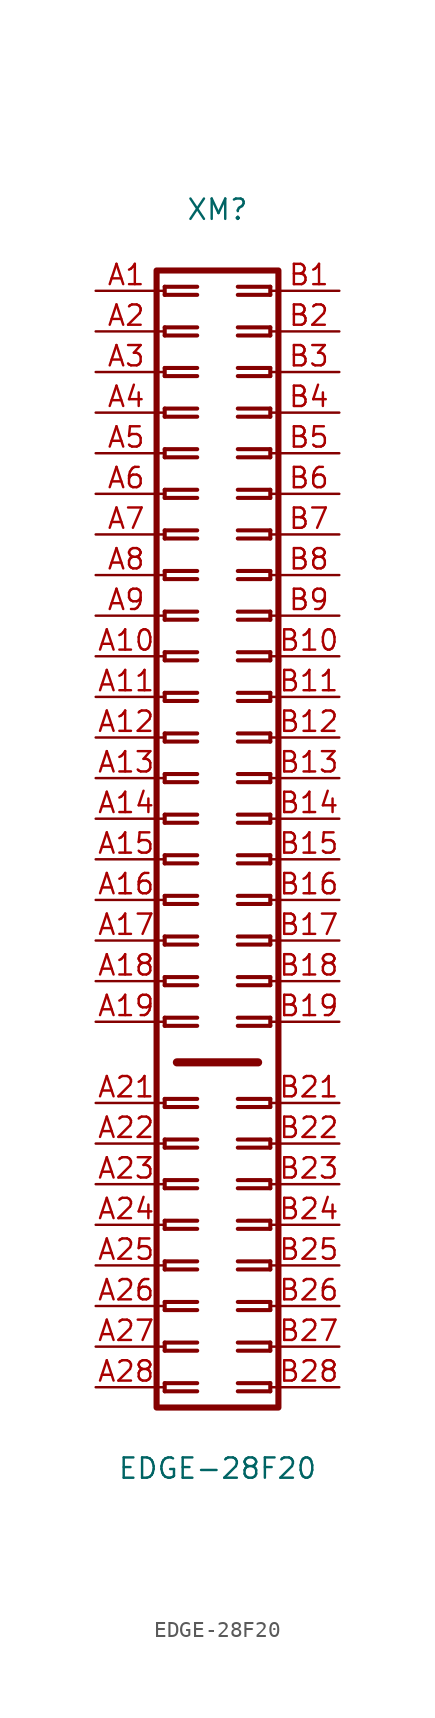
<source format=kicad_sym>
(kicad_symbol_lib
  (version 20231120)
  (generator "kicad_symbol_editor")
  (generator_version "8.0")
  (symbol "EDGE-28F20"
    (pin_names
      (offset 1.016))
    (property "Reference" "XM"
      (at 0 39.37 0)
      (effects (font (size 1.27 1.27))))
    (property "Value" "EDGE-28F20"
      (at 0 -39.37 0)
      (effects (font (size 1.27 1.27))))
    (symbol "EDGE-28F20_0_0"
      (polyline (pts (xy -2.54 -13.97) (xy 2.54 -13.97)) (stroke (width 0.508) (type default)) (fill (type none))))
    (symbol "EDGE-28F20_0_1"
      (rectangle (start -3.81 35.56) (end 3.81 -35.56) (stroke (width 0.381) (type default)) (fill (type none)))
      (polyline (pts (xy -3.81 -34.29) (xy -3.302 -34.29)) (stroke (width 0) (type default)) (fill (type none)))
      (polyline (pts (xy -3.81 -31.75) (xy -3.302 -31.75)) (stroke (width 0) (type default)) (fill (type none)))
      (polyline (pts (xy -3.81 -29.21) (xy -3.302 -29.21)) (stroke (width 0) (type default)) (fill (type none)))
      (polyline (pts (xy -3.81 -26.67) (xy -3.302 -26.67)) (stroke (width 0) (type default)) (fill (type none)))
      (polyline (pts (xy -3.81 -24.13) (xy -3.302 -24.13)) (stroke (width 0) (type default)) (fill (type none)))
      (polyline (pts (xy -3.81 -21.59) (xy -3.302 -21.59)) (stroke (width 0) (type default)) (fill (type none)))
      (polyline (pts (xy -3.81 -19.05) (xy -3.302 -19.05)) (stroke (width 0) (type default)) (fill (type none)))
      (polyline (pts (xy -3.81 -16.51) (xy -3.302 -16.51)) (stroke (width 0) (type default)) (fill (type none)))
      (polyline (pts (xy -3.81 -11.43) (xy -3.302 -11.43)) (stroke (width 0) (type default)) (fill (type none)))
      (polyline (pts (xy -3.81 -8.89) (xy -3.302 -8.89)) (stroke (width 0) (type default)) (fill (type none)))
      (polyline (pts (xy -3.81 -6.35) (xy -3.302 -6.35)) (stroke (width 0) (type default)) (fill (type none)))
      (polyline (pts (xy -3.81 -3.81) (xy -3.302 -3.81)) (stroke (width 0) (type default)) (fill (type none)))
      (polyline (pts (xy -3.81 -1.27) (xy -3.302 -1.27)) (stroke (width 0) (type default)) (fill (type none)))
      (polyline (pts (xy -3.81 1.27) (xy -3.302 1.27)) (stroke (width 0) (type default)) (fill (type none)))
      (polyline (pts (xy -3.81 3.81) (xy -3.302 3.81)) (stroke (width 0) (type default)) (fill (type none)))
      (polyline (pts (xy -3.81 6.35) (xy -3.302 6.35)) (stroke (width 0) (type default)) (fill (type none)))
      (polyline (pts (xy -3.81 8.89) (xy -3.302 8.89)) (stroke (width 0) (type default)) (fill (type none)))
      (polyline (pts (xy -3.81 11.43) (xy -3.302 11.43)) (stroke (width 0) (type default)) (fill (type none)))
      (polyline (pts (xy -3.81 13.97) (xy -3.302 13.97)) (stroke (width 0) (type default)) (fill (type none)))
      (polyline (pts (xy -3.81 16.51) (xy -3.302 16.51)) (stroke (width 0) (type default)) (fill (type none)))
      (polyline (pts (xy -3.81 19.05) (xy -3.302 19.05)) (stroke (width 0) (type default)) (fill (type none)))
      (polyline (pts (xy -3.81 21.59) (xy -3.302 21.59)) (stroke (width 0) (type default)) (fill (type none)))
      (polyline (pts (xy -3.81 24.13) (xy -3.302 24.13)) (stroke (width 0) (type default)) (fill (type none)))
      (polyline (pts (xy -3.81 26.67) (xy -3.302 26.67)) (stroke (width 0) (type default)) (fill (type none)))
      (polyline (pts (xy -3.81 29.21) (xy -3.302 29.21)) (stroke (width 0) (type default)) (fill (type none)))
      (polyline (pts (xy -3.81 31.75) (xy -3.302 31.75)) (stroke (width 0) (type default)) (fill (type none)))
      (polyline (pts (xy -3.81 34.29) (xy -3.302 34.29)) (stroke (width 0) (type default)) (fill (type none)))
      (polyline (pts (xy -3.302 -34.544) (xy -3.302 -34.036)) (stroke (width 0.254) (type default)) (fill (type none)))
      (polyline (pts (xy -3.302 -34.544) (xy -1.27 -34.544)) (stroke (width 0.254) (type default)) (fill (type none)))
      (polyline (pts (xy -3.302 -34.036) (xy -1.27 -34.036)) (stroke (width 0.254) (type default)) (fill (type none)))
      (polyline (pts (xy -3.302 -32.004) (xy -3.302 -31.496)) (stroke (width 0.254) (type default)) (fill (type none)))
      (polyline (pts (xy -3.302 -32.004) (xy -1.27 -32.004)) (stroke (width 0.254) (type default)) (fill (type none)))
      (polyline (pts (xy -3.302 -31.496) (xy -1.27 -31.496)) (stroke (width 0.254) (type default)) (fill (type none)))
      (polyline (pts (xy -3.302 -29.464) (xy -3.302 -28.956)) (stroke (width 0.254) (type default)) (fill (type none)))
      (polyline (pts (xy -3.302 -29.464) (xy -1.27 -29.464)) (stroke (width 0.254) (type default)) (fill (type none)))
      (polyline (pts (xy -3.302 -28.956) (xy -1.27 -28.956)) (stroke (width 0.254) (type default)) (fill (type none)))
      (polyline (pts (xy -3.302 -26.924) (xy -3.302 -26.416)) (stroke (width 0.254) (type default)) (fill (type none)))
      (polyline (pts (xy -3.302 -26.924) (xy -1.27 -26.924)) (stroke (width 0.254) (type default)) (fill (type none)))
      (polyline (pts (xy -3.302 -26.416) (xy -1.27 -26.416)) (stroke (width 0.254) (type default)) (fill (type none)))
      (polyline (pts (xy -3.302 -24.384) (xy -3.302 -23.876)) (stroke (width 0.254) (type default)) (fill (type none)))
      (polyline (pts (xy -3.302 -24.384) (xy -1.27 -24.384)) (stroke (width 0.254) (type default)) (fill (type none)))
      (polyline (pts (xy -3.302 -23.876) (xy -1.27 -23.876)) (stroke (width 0.254) (type default)) (fill (type none)))
      (polyline (pts (xy -3.302 -21.844) (xy -3.302 -21.336)) (stroke (width 0.254) (type default)) (fill (type none)))
      (polyline (pts (xy -3.302 -21.844) (xy -1.27 -21.844)) (stroke (width 0.254) (type default)) (fill (type none)))
      (polyline (pts (xy -3.302 -21.336) (xy -1.27 -21.336)) (stroke (width 0.254) (type default)) (fill (type none)))
      (polyline (pts (xy -3.302 -19.304) (xy -3.302 -18.796)) (stroke (width 0.254) (type default)) (fill (type none)))
      (polyline (pts (xy -3.302 -19.304) (xy -1.27 -19.304)) (stroke (width 0.254) (type default)) (fill (type none)))
      (polyline (pts (xy -3.302 -18.796) (xy -1.27 -18.796)) (stroke (width 0.254) (type default)) (fill (type none)))
      (polyline (pts (xy -3.302 -16.764) (xy -3.302 -16.256)) (stroke (width 0.254) (type default)) (fill (type none)))
      (polyline (pts (xy -3.302 -16.764) (xy -1.27 -16.764)) (stroke (width 0.254) (type default)) (fill (type none)))
      (polyline (pts (xy -3.302 -16.256) (xy -1.27 -16.256)) (stroke (width 0.254) (type default)) (fill (type none)))
      (polyline (pts (xy -3.302 -11.684) (xy -3.302 -11.176)) (stroke (width 0.254) (type default)) (fill (type none)))
      (polyline (pts (xy -3.302 -11.684) (xy -1.27 -11.684)) (stroke (width 0.254) (type default)) (fill (type none)))
      (polyline (pts (xy -3.302 -11.176) (xy -1.27 -11.176)) (stroke (width 0.254) (type default)) (fill (type none)))
      (polyline (pts (xy -3.302 -9.144) (xy -3.302 -8.636)) (stroke (width 0.254) (type default)) (fill (type none)))
      (polyline (pts (xy -3.302 -9.144) (xy -1.27 -9.144)) (stroke (width 0.254) (type default)) (fill (type none)))
      (polyline (pts (xy -3.302 -8.636) (xy -1.27 -8.636)) (stroke (width 0.254) (type default)) (fill (type none)))
      (polyline (pts (xy -3.302 -6.604) (xy -3.302 -6.096)) (stroke (width 0.254) (type default)) (fill (type none)))
      (polyline (pts (xy -3.302 -6.604) (xy -1.27 -6.604)) (stroke (width 0.254) (type default)) (fill (type none)))
      (polyline (pts (xy -3.302 -6.096) (xy -1.27 -6.096)) (stroke (width 0.254) (type default)) (fill (type none)))
      (polyline (pts (xy -3.302 -4.064) (xy -3.302 -3.556)) (stroke (width 0.254) (type default)) (fill (type none)))
      (polyline (pts (xy -3.302 -4.064) (xy -1.27 -4.064)) (stroke (width 0.254) (type default)) (fill (type none)))
      (polyline (pts (xy -3.302 -3.556) (xy -1.27 -3.556)) (stroke (width 0.254) (type default)) (fill (type none)))
      (polyline (pts (xy -3.302 -1.524) (xy -3.302 -1.016)) (stroke (width 0.254) (type default)) (fill (type none)))
      (polyline (pts (xy -3.302 -1.524) (xy -1.27 -1.524)) (stroke (width 0.254) (type default)) (fill (type none)))
      (polyline (pts (xy -3.302 -1.016) (xy -1.27 -1.016)) (stroke (width 0.254) (type default)) (fill (type none)))
      (polyline (pts (xy -3.302 1.016) (xy -3.302 1.524)) (stroke (width 0.254) (type default)) (fill (type none)))
      (polyline (pts (xy -3.302 1.016) (xy -1.27 1.016)) (stroke (width 0.254) (type default)) (fill (type none)))
      (polyline (pts (xy -3.302 1.524) (xy -1.27 1.524)) (stroke (width 0.254) (type default)) (fill (type none)))
      (polyline (pts (xy -3.302 3.556) (xy -3.302 4.064)) (stroke (width 0.254) (type default)) (fill (type none)))
      (polyline (pts (xy -3.302 3.556) (xy -1.27 3.556)) (stroke (width 0.254) (type default)) (fill (type none)))
      (polyline (pts (xy -3.302 4.064) (xy -1.27 4.064)) (stroke (width 0.254) (type default)) (fill (type none)))
      (polyline (pts (xy -3.302 6.096) (xy -3.302 6.604)) (stroke (width 0.254) (type default)) (fill (type none)))
      (polyline (pts (xy -3.302 6.096) (xy -1.27 6.096)) (stroke (width 0.254) (type default)) (fill (type none)))
      (polyline (pts (xy -3.302 6.604) (xy -1.27 6.604)) (stroke (width 0.254) (type default)) (fill (type none)))
      (polyline (pts (xy -3.302 8.636) (xy -3.302 9.144)) (stroke (width 0.254) (type default)) (fill (type none)))
      (polyline (pts (xy -3.302 8.636) (xy -1.27 8.636)) (stroke (width 0.254) (type default)) (fill (type none)))
      (polyline (pts (xy -3.302 9.144) (xy -1.27 9.144)) (stroke (width 0.254) (type default)) (fill (type none)))
      (polyline (pts (xy -3.302 11.176) (xy -3.302 11.684)) (stroke (width 0.254) (type default)) (fill (type none)))
      (polyline (pts (xy -3.302 11.176) (xy -1.27 11.176)) (stroke (width 0.254) (type default)) (fill (type none)))
      (polyline (pts (xy -3.302 11.684) (xy -1.27 11.684)) (stroke (width 0.254) (type default)) (fill (type none)))
      (polyline (pts (xy -3.302 13.716) (xy -3.302 14.224)) (stroke (width 0.254) (type default)) (fill (type none)))
      (polyline (pts (xy -3.302 13.716) (xy -1.27 13.716)) (stroke (width 0.254) (type default)) (fill (type none)))
      (polyline (pts (xy -3.302 14.224) (xy -1.27 14.224)) (stroke (width 0.254) (type default)) (fill (type none)))
      (polyline (pts (xy -3.302 16.256) (xy -3.302 16.764)) (stroke (width 0.254) (type default)) (fill (type none)))
      (polyline (pts (xy -3.302 16.256) (xy -1.27 16.256)) (stroke (width 0.254) (type default)) (fill (type none)))
      (polyline (pts (xy -3.302 16.764) (xy -1.27 16.764)) (stroke (width 0.254) (type default)) (fill (type none)))
      (polyline (pts (xy -3.302 18.796) (xy -3.302 19.304)) (stroke (width 0.254) (type default)) (fill (type none)))
      (polyline (pts (xy -3.302 18.796) (xy -1.27 18.796)) (stroke (width 0.254) (type default)) (fill (type none)))
      (polyline (pts (xy -3.302 19.304) (xy -1.27 19.304)) (stroke (width 0.254) (type default)) (fill (type none)))
      (polyline (pts (xy -3.302 21.336) (xy -3.302 21.844)) (stroke (width 0.254) (type default)) (fill (type none)))
      (polyline (pts (xy -3.302 21.336) (xy -1.27 21.336)) (stroke (width 0.254) (type default)) (fill (type none)))
      (polyline (pts (xy -3.302 21.844) (xy -1.27 21.844)) (stroke (width 0.254) (type default)) (fill (type none)))
      (polyline (pts (xy -3.302 23.876) (xy -3.302 24.384)) (stroke (width 0.254) (type default)) (fill (type none)))
      (polyline (pts (xy -3.302 23.876) (xy -1.27 23.876)) (stroke (width 0.254) (type default)) (fill (type none)))
      (polyline (pts (xy -3.302 24.384) (xy -1.27 24.384)) (stroke (width 0.254) (type default)) (fill (type none)))
      (polyline (pts (xy -3.302 26.416) (xy -3.302 26.924)) (stroke (width 0.254) (type default)) (fill (type none)))
      (polyline (pts (xy -3.302 26.416) (xy -1.27 26.416)) (stroke (width 0.254) (type default)) (fill (type none)))
      (polyline (pts (xy -3.302 26.924) (xy -1.27 26.924)) (stroke (width 0.254) (type default)) (fill (type none)))
      (polyline (pts (xy -3.302 28.956) (xy -3.302 29.464)) (stroke (width 0.254) (type default)) (fill (type none)))
      (polyline (pts (xy -3.302 28.956) (xy -1.27 28.956)) (stroke (width 0.254) (type default)) (fill (type none)))
      (polyline (pts (xy -3.302 29.464) (xy -1.27 29.464)) (stroke (width 0.254) (type default)) (fill (type none)))
      (polyline (pts (xy -3.302 31.496) (xy -3.302 32.004)) (stroke (width 0.254) (type default)) (fill (type none)))
      (polyline (pts (xy -3.302 31.496) (xy -1.27 31.496)) (stroke (width 0.254) (type default)) (fill (type none)))
      (polyline (pts (xy -3.302 32.004) (xy -1.27 32.004)) (stroke (width 0.254) (type default)) (fill (type none)))
      (polyline (pts (xy -3.302 34.036) (xy -3.302 34.544)) (stroke (width 0.254) (type default)) (fill (type none)))
      (polyline (pts (xy -3.302 34.036) (xy -1.27 34.036)) (stroke (width 0.254) (type default)) (fill (type none)))
      (polyline (pts (xy -3.302 34.544) (xy -1.27 34.544)) (stroke (width 0.254) (type default)) (fill (type none)))
      (polyline (pts (xy 3.302 -34.544) (xy 1.27 -34.544)) (stroke (width 0.254) (type default)) (fill (type none)))
      (polyline (pts (xy 3.302 -34.544) (xy 3.302 -34.036)) (stroke (width 0.254) (type default)) (fill (type none)))
      (polyline (pts (xy 3.302 -34.036) (xy 1.27 -34.036)) (stroke (width 0.254) (type default)) (fill (type none)))
      (polyline (pts (xy 3.302 -32.004) (xy 1.27 -32.004)) (stroke (width 0.254) (type default)) (fill (type none)))
      (polyline (pts (xy 3.302 -32.004) (xy 3.302 -31.496)) (stroke (width 0.254) (type default)) (fill (type none)))
      (polyline (pts (xy 3.302 -31.496) (xy 1.27 -31.496)) (stroke (width 0.254) (type default)) (fill (type none)))
      (polyline (pts (xy 3.302 -29.464) (xy 1.27 -29.464)) (stroke (width 0.254) (type default)) (fill (type none)))
      (polyline (pts (xy 3.302 -29.464) (xy 3.302 -28.956)) (stroke (width 0.254) (type default)) (fill (type none)))
      (polyline (pts (xy 3.302 -28.956) (xy 1.27 -28.956)) (stroke (width 0.254) (type default)) (fill (type none)))
      (polyline (pts (xy 3.302 -26.924) (xy 1.27 -26.924)) (stroke (width 0.254) (type default)) (fill (type none)))
      (polyline (pts (xy 3.302 -26.924) (xy 3.302 -26.416)) (stroke (width 0.254) (type default)) (fill (type none)))
      (polyline (pts (xy 3.302 -26.416) (xy 1.27 -26.416)) (stroke (width 0.254) (type default)) (fill (type none)))
      (polyline (pts (xy 3.302 -24.384) (xy 1.27 -24.384)) (stroke (width 0.254) (type default)) (fill (type none)))
      (polyline (pts (xy 3.302 -24.384) (xy 3.302 -23.876)) (stroke (width 0.254) (type default)) (fill (type none)))
      (polyline (pts (xy 3.302 -23.876) (xy 1.27 -23.876)) (stroke (width 0.254) (type default)) (fill (type none)))
      (polyline (pts (xy 3.302 -21.844) (xy 1.27 -21.844)) (stroke (width 0.254) (type default)) (fill (type none)))
      (polyline (pts (xy 3.302 -21.844) (xy 3.302 -21.336)) (stroke (width 0.254) (type default)) (fill (type none)))
      (polyline (pts (xy 3.302 -21.336) (xy 1.27 -21.336)) (stroke (width 0.254) (type default)) (fill (type none)))
      (polyline (pts (xy 3.302 -19.304) (xy 1.27 -19.304)) (stroke (width 0.254) (type default)) (fill (type none)))
      (polyline (pts (xy 3.302 -19.304) (xy 3.302 -18.796)) (stroke (width 0.254) (type default)) (fill (type none)))
      (polyline (pts (xy 3.302 -18.796) (xy 1.27 -18.796)) (stroke (width 0.254) (type default)) (fill (type none)))
      (polyline (pts (xy 3.302 -16.764) (xy 1.27 -16.764)) (stroke (width 0.254) (type default)) (fill (type none)))
      (polyline (pts (xy 3.302 -16.764) (xy 3.302 -16.256)) (stroke (width 0.254) (type default)) (fill (type none)))
      (polyline (pts (xy 3.302 -16.256) (xy 1.27 -16.256)) (stroke (width 0.254) (type default)) (fill (type none)))
      (polyline (pts (xy 3.302 -11.684) (xy 1.27 -11.684)) (stroke (width 0.254) (type default)) (fill (type none)))
      (polyline (pts (xy 3.302 -11.684) (xy 3.302 -11.176)) (stroke (width 0.254) (type default)) (fill (type none)))
      (polyline (pts (xy 3.302 -11.176) (xy 1.27 -11.176)) (stroke (width 0.254) (type default)) (fill (type none)))
      (polyline (pts (xy 3.302 -9.144) (xy 1.27 -9.144)) (stroke (width 0.254) (type default)) (fill (type none)))
      (polyline (pts (xy 3.302 -9.144) (xy 3.302 -8.636)) (stroke (width 0.254) (type default)) (fill (type none)))
      (polyline (pts (xy 3.302 -8.636) (xy 1.27 -8.636)) (stroke (width 0.254) (type default)) (fill (type none)))
      (polyline (pts (xy 3.302 -6.604) (xy 1.27 -6.604)) (stroke (width 0.254) (type default)) (fill (type none)))
      (polyline (pts (xy 3.302 -6.604) (xy 3.302 -6.096)) (stroke (width 0.254) (type default)) (fill (type none)))
      (polyline (pts (xy 3.302 -6.096) (xy 1.27 -6.096)) (stroke (width 0.254) (type default)) (fill (type none)))
      (polyline (pts (xy 3.302 -4.064) (xy 1.27 -4.064)) (stroke (width 0.254) (type default)) (fill (type none)))
      (polyline (pts (xy 3.302 -4.064) (xy 3.302 -3.556)) (stroke (width 0.254) (type default)) (fill (type none)))
      (polyline (pts (xy 3.302 -3.556) (xy 1.27 -3.556)) (stroke (width 0.254) (type default)) (fill (type none)))
      (polyline (pts (xy 3.302 -1.524) (xy 1.27 -1.524)) (stroke (width 0.254) (type default)) (fill (type none)))
      (polyline (pts (xy 3.302 -1.524) (xy 3.302 -1.016)) (stroke (width 0.254) (type default)) (fill (type none)))
      (polyline (pts (xy 3.302 -1.016) (xy 1.27 -1.016)) (stroke (width 0.254) (type default)) (fill (type none)))
      (polyline (pts (xy 3.302 1.016) (xy 1.27 1.016)) (stroke (width 0.254) (type default)) (fill (type none)))
      (polyline (pts (xy 3.302 1.016) (xy 3.302 1.524)) (stroke (width 0.254) (type default)) (fill (type none)))
      (polyline (pts (xy 3.302 1.524) (xy 1.27 1.524)) (stroke (width 0.254) (type default)) (fill (type none)))
      (polyline (pts (xy 3.302 3.556) (xy 1.27 3.556)) (stroke (width 0.254) (type default)) (fill (type none)))
      (polyline (pts (xy 3.302 3.556) (xy 3.302 4.064)) (stroke (width 0.254) (type default)) (fill (type none)))
      (polyline (pts (xy 3.302 4.064) (xy 1.27 4.064)) (stroke (width 0.254) (type default)) (fill (type none)))
      (polyline (pts (xy 3.302 6.096) (xy 1.27 6.096)) (stroke (width 0.254) (type default)) (fill (type none)))
      (polyline (pts (xy 3.302 6.096) (xy 3.302 6.604)) (stroke (width 0.254) (type default)) (fill (type none)))
      (polyline (pts (xy 3.302 6.604) (xy 1.27 6.604)) (stroke (width 0.254) (type default)) (fill (type none)))
      (polyline (pts (xy 3.302 8.636) (xy 1.27 8.636)) (stroke (width 0.254) (type default)) (fill (type none)))
      (polyline (pts (xy 3.302 8.636) (xy 3.302 9.144)) (stroke (width 0.254) (type default)) (fill (type none)))
      (polyline (pts (xy 3.302 9.144) (xy 1.27 9.144)) (stroke (width 0.254) (type default)) (fill (type none)))
      (polyline (pts (xy 3.302 11.176) (xy 1.27 11.176)) (stroke (width 0.254) (type default)) (fill (type none)))
      (polyline (pts (xy 3.302 11.176) (xy 3.302 11.684)) (stroke (width 0.254) (type default)) (fill (type none)))
      (polyline (pts (xy 3.302 11.684) (xy 1.27 11.684)) (stroke (width 0.254) (type default)) (fill (type none)))
      (polyline (pts (xy 3.302 13.716) (xy 1.27 13.716)) (stroke (width 0.254) (type default)) (fill (type none)))
      (polyline (pts (xy 3.302 13.716) (xy 3.302 14.224)) (stroke (width 0.254) (type default)) (fill (type none)))
      (polyline (pts (xy 3.302 14.224) (xy 1.27 14.224)) (stroke (width 0.254) (type default)) (fill (type none)))
      (polyline (pts (xy 3.302 16.256) (xy 1.27 16.256)) (stroke (width 0.254) (type default)) (fill (type none)))
      (polyline (pts (xy 3.302 16.256) (xy 3.302 16.764)) (stroke (width 0.254) (type default)) (fill (type none)))
      (polyline (pts (xy 3.302 16.764) (xy 1.27 16.764)) (stroke (width 0.254) (type default)) (fill (type none)))
      (polyline (pts (xy 3.302 18.796) (xy 1.27 18.796)) (stroke (width 0.254) (type default)) (fill (type none)))
      (polyline (pts (xy 3.302 18.796) (xy 3.302 19.304)) (stroke (width 0.254) (type default)) (fill (type none)))
      (polyline (pts (xy 3.302 19.304) (xy 1.27 19.304)) (stroke (width 0.254) (type default)) (fill (type none)))
      (polyline (pts (xy 3.302 21.336) (xy 1.27 21.336)) (stroke (width 0.254) (type default)) (fill (type none)))
      (polyline (pts (xy 3.302 21.336) (xy 3.302 21.844)) (stroke (width 0.254) (type default)) (fill (type none)))
      (polyline (pts (xy 3.302 21.844) (xy 1.27 21.844)) (stroke (width 0.254) (type default)) (fill (type none)))
      (polyline (pts (xy 3.302 23.876) (xy 1.27 23.876)) (stroke (width 0.254) (type default)) (fill (type none)))
      (polyline (pts (xy 3.302 23.876) (xy 3.302 24.384)) (stroke (width 0.254) (type default)) (fill (type none)))
      (polyline (pts (xy 3.302 24.384) (xy 1.27 24.384)) (stroke (width 0.254) (type default)) (fill (type none)))
      (polyline (pts (xy 3.302 26.416) (xy 1.27 26.416)) (stroke (width 0.254) (type default)) (fill (type none)))
      (polyline (pts (xy 3.302 26.416) (xy 3.302 26.924)) (stroke (width 0.254) (type default)) (fill (type none)))
      (polyline (pts (xy 3.302 26.924) (xy 1.27 26.924)) (stroke (width 0.254) (type default)) (fill (type none)))
      (polyline (pts (xy 3.302 28.956) (xy 1.27 28.956)) (stroke (width 0.254) (type default)) (fill (type none)))
      (polyline (pts (xy 3.302 28.956) (xy 3.302 29.464)) (stroke (width 0.254) (type default)) (fill (type none)))
      (polyline (pts (xy 3.302 29.464) (xy 1.27 29.464)) (stroke (width 0.254) (type default)) (fill (type none)))
      (polyline (pts (xy 3.302 31.496) (xy 1.27 31.496)) (stroke (width 0.254) (type default)) (fill (type none)))
      (polyline (pts (xy 3.302 31.496) (xy 3.302 32.004)) (stroke (width 0.254) (type default)) (fill (type none)))
      (polyline (pts (xy 3.302 32.004) (xy 1.27 32.004)) (stroke (width 0.254) (type default)) (fill (type none)))
      (polyline (pts (xy 3.302 34.036) (xy 1.27 34.036)) (stroke (width 0.254) (type default)) (fill (type none)))
      (polyline (pts (xy 3.302 34.036) (xy 3.302 34.544)) (stroke (width 0.254) (type default)) (fill (type none)))
      (polyline (pts (xy 3.302 34.544) (xy 1.27 34.544)) (stroke (width 0.254) (type default)) (fill (type none)))
      (polyline (pts (xy 3.81 -34.29) (xy 3.302 -34.29)) (stroke (width 0) (type default)) (fill (type none)))
      (polyline (pts (xy 3.81 -31.75) (xy 3.302 -31.75)) (stroke (width 0) (type default)) (fill (type none)))
      (polyline (pts (xy 3.81 -29.21) (xy 3.302 -29.21)) (stroke (width 0) (type default)) (fill (type none)))
      (polyline (pts (xy 3.81 -26.67) (xy 3.302 -26.67)) (stroke (width 0) (type default)) (fill (type none)))
      (polyline (pts (xy 3.81 -24.13) (xy 3.302 -24.13)) (stroke (width 0) (type default)) (fill (type none)))
      (polyline (pts (xy 3.81 -21.59) (xy 3.302 -21.59)) (stroke (width 0) (type default)) (fill (type none)))
      (polyline (pts (xy 3.81 -19.05) (xy 3.302 -19.05)) (stroke (width 0) (type default)) (fill (type none)))
      (polyline (pts (xy 3.81 -16.51) (xy 3.302 -16.51)) (stroke (width 0) (type default)) (fill (type none)))
      (polyline (pts (xy 3.81 -11.43) (xy 3.302 -11.43)) (stroke (width 0) (type default)) (fill (type none)))
      (polyline (pts (xy 3.81 -8.89) (xy 3.302 -8.89)) (stroke (width 0) (type default)) (fill (type none)))
      (polyline (pts (xy 3.81 -6.35) (xy 3.302 -6.35)) (stroke (width 0) (type default)) (fill (type none)))
      (polyline (pts (xy 3.81 -3.81) (xy 3.302 -3.81)) (stroke (width 0) (type default)) (fill (type none)))
      (polyline (pts (xy 3.81 -1.27) (xy 3.302 -1.27)) (stroke (width 0) (type default)) (fill (type none)))
      (polyline (pts (xy 3.81 1.27) (xy 3.302 1.27)) (stroke (width 0) (type default)) (fill (type none)))
      (polyline (pts (xy 3.81 3.81) (xy 3.302 3.81)) (stroke (width 0) (type default)) (fill (type none)))
      (polyline (pts (xy 3.81 6.35) (xy 3.302 6.35)) (stroke (width 0) (type default)) (fill (type none)))
      (polyline (pts (xy 3.81 8.89) (xy 3.302 8.89)) (stroke (width 0) (type default)) (fill (type none)))
      (polyline (pts (xy 3.81 11.43) (xy 3.302 11.43)) (stroke (width 0) (type default)) (fill (type none)))
      (polyline (pts (xy 3.81 13.97) (xy 3.302 13.97)) (stroke (width 0) (type default)) (fill (type none)))
      (polyline (pts (xy 3.81 16.51) (xy 3.302 16.51)) (stroke (width 0) (type default)) (fill (type none)))
      (polyline (pts (xy 3.81 19.05) (xy 3.302 19.05)) (stroke (width 0) (type default)) (fill (type none)))
      (polyline (pts (xy 3.81 21.59) (xy 3.302 21.59)) (stroke (width 0) (type default)) (fill (type none)))
      (polyline (pts (xy 3.81 24.13) (xy 3.302 24.13)) (stroke (width 0) (type default)) (fill (type none)))
      (polyline (pts (xy 3.81 26.67) (xy 3.302 26.67)) (stroke (width 0) (type default)) (fill (type none)))
      (polyline (pts (xy 3.81 29.21) (xy 3.302 29.21)) (stroke (width 0) (type default)) (fill (type none)))
      (polyline (pts (xy 3.81 31.75) (xy 3.302 31.75)) (stroke (width 0) (type default)) (fill (type none)))
      (polyline (pts (xy 3.81 34.29) (xy 3.302 34.29)) (stroke (width 0) (type default)) (fill (type none))))
    (symbol "EDGE-28F20_1_1"
      (pin passive line (at -7.62 34.29 0) (length 3.81) (name "~" (effects (font (size 1.27 1.27)))) (number "A1" (effects (font (size 1.27 1.27)))))
      (pin passive line (at -7.62 11.43 0) (length 3.81) (name "~" (effects (font (size 1.27 1.27)))) (number "A10" (effects (font (size 1.27 1.27)))))
      (pin passive line (at -7.62 8.89 0) (length 3.81) (name "~" (effects (font (size 1.27 1.27)))) (number "A11" (effects (font (size 1.27 1.27)))))
      (pin passive line (at -7.62 6.35 0) (length 3.81) (name "~" (effects (font (size 1.27 1.27)))) (number "A12" (effects (font (size 1.27 1.27)))))
      (pin passive line (at -7.62 3.81 0) (length 3.81) (name "~" (effects (font (size 1.27 1.27)))) (number "A13" (effects (font (size 1.27 1.27)))))
      (pin passive line (at -7.62 1.27 0) (length 3.81) (name "~" (effects (font (size 1.27 1.27)))) (number "A14" (effects (font (size 1.27 1.27)))))
      (pin passive line (at -7.62 -1.27 0) (length 3.81) (name "~" (effects (font (size 1.27 1.27)))) (number "A15" (effects (font (size 1.27 1.27)))))
      (pin passive line (at -7.62 -3.81 0) (length 3.81) (name "~" (effects (font (size 1.27 1.27)))) (number "A16" (effects (font (size 1.27 1.27)))))
      (pin passive line (at -7.62 -6.35 0) (length 3.81) (name "~" (effects (font (size 1.27 1.27)))) (number "A17" (effects (font (size 1.27 1.27)))))
      (pin passive line (at -7.62 -8.89 0) (length 3.81) (name "~" (effects (font (size 1.27 1.27)))) (number "A18" (effects (font (size 1.27 1.27)))))
      (pin passive line (at -7.62 -11.43 0) (length 3.81) (name "~" (effects (font (size 1.27 1.27)))) (number "A19" (effects (font (size 1.27 1.27)))))
      (pin passive line (at -7.62 31.75 0) (length 3.81) (name "~" (effects (font (size 1.27 1.27)))) (number "A2" (effects (font (size 1.27 1.27)))))
      (pin passive line (at -7.62 -16.51 0) (length 3.81) (name "~" (effects (font (size 1.27 1.27)))) (number "A21" (effects (font (size 1.27 1.27)))))
      (pin passive line (at -7.62 -19.05 0) (length 3.81) (name "~" (effects (font (size 1.27 1.27)))) (number "A22" (effects (font (size 1.27 1.27)))))
      (pin passive line (at -7.62 -21.59 0) (length 3.81) (name "~" (effects (font (size 1.27 1.27)))) (number "A23" (effects (font (size 1.27 1.27)))))
      (pin passive line (at -7.62 -24.13 0) (length 3.81) (name "~" (effects (font (size 1.27 1.27)))) (number "A24" (effects (font (size 1.27 1.27)))))
      (pin passive line (at -7.62 -26.67 0) (length 3.81) (name "~" (effects (font (size 1.27 1.27)))) (number "A25" (effects (font (size 1.27 1.27)))))
      (pin passive line (at -7.62 -29.21 0) (length 3.81) (name "~" (effects (font (size 1.27 1.27)))) (number "A26" (effects (font (size 1.27 1.27)))))
      (pin passive line (at -7.62 -31.75 0) (length 3.81) (name "~" (effects (font (size 1.27 1.27)))) (number "A27" (effects (font (size 1.27 1.27)))))
      (pin passive line (at -7.62 -34.29 0) (length 3.81) (name "~" (effects (font (size 1.27 1.27)))) (number "A28" (effects (font (size 1.27 1.27)))))
      (pin passive line (at -7.62 29.21 0) (length 3.81) (name "~" (effects (font (size 1.27 1.27)))) (number "A3" (effects (font (size 1.27 1.27)))))
      (pin passive line (at -7.62 26.67 0) (length 3.81) (name "~" (effects (font (size 1.27 1.27)))) (number "A4" (effects (font (size 1.27 1.27)))))
      (pin passive line (at -7.62 24.13 0) (length 3.81) (name "~" (effects (font (size 1.27 1.27)))) (number "A5" (effects (font (size 1.27 1.27)))))
      (pin passive line (at -7.62 21.59 0) (length 3.81) (name "~" (effects (font (size 1.27 1.27)))) (number "A6" (effects (font (size 1.27 1.27)))))
      (pin passive line (at -7.62 19.05 0) (length 3.81) (name "~" (effects (font (size 1.27 1.27)))) (number "A7" (effects (font (size 1.27 1.27)))))
      (pin passive line (at -7.62 16.51 0) (length 3.81) (name "~" (effects (font (size 1.27 1.27)))) (number "A8" (effects (font (size 1.27 1.27)))))
      (pin passive line (at -7.62 13.97 0) (length 3.81) (name "~" (effects (font (size 1.27 1.27)))) (number "A9" (effects (font (size 1.27 1.27)))))
      (pin passive line (at 7.62 34.29 180) (length 3.81) (name "~" (effects (font (size 1.27 1.27)))) (number "B1" (effects (font (size 1.27 1.27)))))
      (pin passive line (at 7.62 11.43 180) (length 3.81) (name "~" (effects (font (size 1.27 1.27)))) (number "B10" (effects (font (size 1.27 1.27)))))
      (pin passive line (at 7.62 8.89 180) (length 3.81) (name "~" (effects (font (size 1.27 1.27)))) (number "B11" (effects (font (size 1.27 1.27)))))
      (pin passive line (at 7.62 6.35 180) (length 3.81) (name "~" (effects (font (size 1.27 1.27)))) (number "B12" (effects (font (size 1.27 1.27)))))
      (pin passive line (at 7.62 3.81 180) (length 3.81) (name "~" (effects (font (size 1.27 1.27)))) (number "B13" (effects (font (size 1.27 1.27)))))
      (pin passive line (at 7.62 1.27 180) (length 3.81) (name "~" (effects (font (size 1.27 1.27)))) (number "B14" (effects (font (size 1.27 1.27)))))
      (pin passive line (at 7.62 -1.27 180) (length 3.81) (name "~" (effects (font (size 1.27 1.27)))) (number "B15" (effects (font (size 1.27 1.27)))))
      (pin passive line (at 7.62 -3.81 180) (length 3.81) (name "~" (effects (font (size 1.27 1.27)))) (number "B16" (effects (font (size 1.27 1.27)))))
      (pin passive line (at 7.62 -6.35 180) (length 3.81) (name "~" (effects (font (size 1.27 1.27)))) (number "B17" (effects (font (size 1.27 1.27)))))
      (pin passive line (at 7.62 -8.89 180) (length 3.81) (name "~" (effects (font (size 1.27 1.27)))) (number "B18" (effects (font (size 1.27 1.27)))))
      (pin passive line (at 7.62 -11.43 180) (length 3.81) (name "~" (effects (font (size 1.27 1.27)))) (number "B19" (effects (font (size 1.27 1.27)))))
      (pin passive line (at 7.62 31.75 180) (length 3.81) (name "~" (effects (font (size 1.27 1.27)))) (number "B2" (effects (font (size 1.27 1.27)))))
      (pin passive line (at 7.62 -16.51 180) (length 3.81) (name "~" (effects (font (size 1.27 1.27)))) (number "B21" (effects (font (size 1.27 1.27)))))
      (pin passive line (at 7.62 -19.05 180) (length 3.81) (name "~" (effects (font (size 1.27 1.27)))) (number "B22" (effects (font (size 1.27 1.27)))))
      (pin passive line (at 7.62 -21.59 180) (length 3.81) (name "~" (effects (font (size 1.27 1.27)))) (number "B23" (effects (font (size 1.27 1.27)))))
      (pin passive line (at 7.62 -24.13 180) (length 3.81) (name "~" (effects (font (size 1.27 1.27)))) (number "B24" (effects (font (size 1.27 1.27)))))
      (pin passive line (at 7.62 -26.67 180) (length 3.81) (name "~" (effects (font (size 1.27 1.27)))) (number "B25" (effects (font (size 1.27 1.27)))))
      (pin passive line (at 7.62 -29.21 180) (length 3.81) (name "~" (effects (font (size 1.27 1.27)))) (number "B26" (effects (font (size 1.27 1.27)))))
      (pin passive line (at 7.62 -31.75 180) (length 3.81) (name "~" (effects (font (size 1.27 1.27)))) (number "B27" (effects (font (size 1.27 1.27)))))
      (pin passive line (at 7.62 -34.29 180) (length 3.81) (name "~" (effects (font (size 1.27 1.27)))) (number "B28" (effects (font (size 1.27 1.27)))))
      (pin passive line (at 7.62 29.21 180) (length 3.81) (name "~" (effects (font (size 1.27 1.27)))) (number "B3" (effects (font (size 1.27 1.27)))))
      (pin passive line (at 7.62 26.67 180) (length 3.81) (name "~" (effects (font (size 1.27 1.27)))) (number "B4" (effects (font (size 1.27 1.27)))))
      (pin passive line (at 7.62 24.13 180) (length 3.81) (name "~" (effects (font (size 1.27 1.27)))) (number "B5" (effects (font (size 1.27 1.27)))))
      (pin passive line (at 7.62 21.59 180) (length 3.81) (name "~" (effects (font (size 1.27 1.27)))) (number "B6" (effects (font (size 1.27 1.27)))))
      (pin passive line (at 7.62 19.05 180) (length 3.81) (name "~" (effects (font (size 1.27 1.27)))) (number "B7" (effects (font (size 1.27 1.27)))))
      (pin passive line (at 7.62 16.51 180) (length 3.81) (name "~" (effects (font (size 1.27 1.27)))) (number "B8" (effects (font (size 1.27 1.27)))))
      (pin passive line (at 7.62 13.97 180) (length 3.81) (name "~" (effects (font (size 1.27 1.27)))) (number "B9" (effects (font (size 1.27 1.27))))))))
</source>
